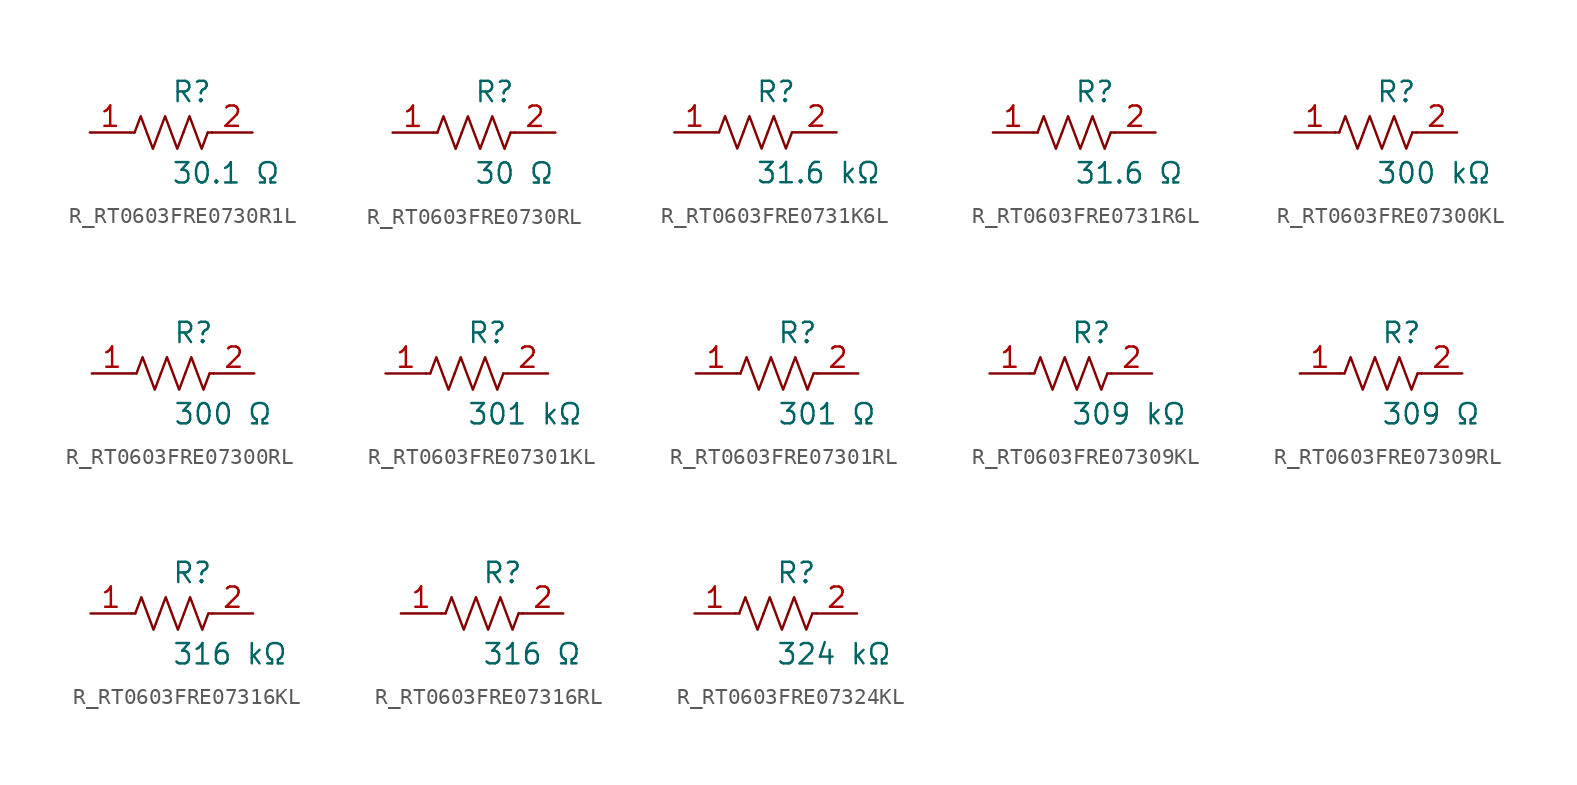
<source format=kicad_sym>
(kicad_symbol_lib
  (version 20231120)
  (generator kicad_symbol_editor)
  (generator_version 8.0)
  (symbol "R_RT0603FRE0730R1L"
    (pin_names
      (offset 0.254))
    (property "Reference" "R"
      (at 0.0 2.54 0)
      (effects (font (size 1.27 1.27)) (justify left)))
    (property "Value" "30.1 Ω"
      (at 0.0 -2.54 0)
      (effects (font (size 1.27 1.27)) (justify left)))
    (symbol "R_RT0603FRE0730R1L_0_1"
      (polyline (pts (xy 2.286 0) (xy 2.54 0)) (stroke (width 0) (type default)) (fill (type none)))
      (polyline (pts (xy -2.286 0) (xy -2.54 0)) (stroke (width 0) (type default)) (fill (type none)))
      (polyline (pts (xy 0.762 0) (xy 1.143 1.016) (xy 1.524 0) (xy 1.905 -1.016) (xy 2.286 0)) (stroke (width 0) (type default)) (fill (type none)))
      (polyline (pts (xy -0.762 0) (xy -0.381 1.016) (xy 0 0) (xy 0.381 -1.016) (xy 0.762 0)) (stroke (width 0) (type default)) (fill (type none)))
      (polyline (pts (xy -2.286 0) (xy -1.905 1.016) (xy -1.524 0) (xy -1.143 -1.016) (xy -0.762 0)) (stroke (width 0) (type default)) (fill (type none))))
    (pin unspecified line
      (at -5.08 0 0)
      (length 2.54)
      (name "" (effects (font (size 1.27 1.27))))
      (number "1" (effects (font (size 1.27 1.27)))))
    (pin unspecified line
      (at 5.08 0 180)
      (length 2.54)
      (name "" (effects (font (size 1.27 1.27))))
      (number "2" (effects (font (size 1.27 1.27))))))
  (symbol "R_RT0603FRE0730RL"
    (pin_names
      (offset 0.254))
    (property "Reference" "R"
      (at 0.0 2.54 0)
      (effects (font (size 1.27 1.27)) (justify left)))
    (property "Value" "30 Ω"
      (at 0.0 -2.54 0)
      (effects (font (size 1.27 1.27)) (justify left)))
    (symbol "R_RT0603FRE0730RL_0_1"
      (polyline (pts (xy 2.286 0) (xy 2.54 0)) (stroke (width 0) (type default)) (fill (type none)))
      (polyline (pts (xy -2.286 0) (xy -2.54 0)) (stroke (width 0) (type default)) (fill (type none)))
      (polyline (pts (xy 0.762 0) (xy 1.143 1.016) (xy 1.524 0) (xy 1.905 -1.016) (xy 2.286 0)) (stroke (width 0) (type default)) (fill (type none)))
      (polyline (pts (xy -0.762 0) (xy -0.381 1.016) (xy 0 0) (xy 0.381 -1.016) (xy 0.762 0)) (stroke (width 0) (type default)) (fill (type none)))
      (polyline (pts (xy -2.286 0) (xy -1.905 1.016) (xy -1.524 0) (xy -1.143 -1.016) (xy -0.762 0)) (stroke (width 0) (type default)) (fill (type none))))
    (pin unspecified line
      (at -5.08 0 0)
      (length 2.54)
      (name "" (effects (font (size 1.27 1.27))))
      (number "1" (effects (font (size 1.27 1.27)))))
    (pin unspecified line
      (at 5.08 0 180)
      (length 2.54)
      (name "" (effects (font (size 1.27 1.27))))
      (number "2" (effects (font (size 1.27 1.27))))))
  (symbol "R_RT0603FRE0731K6L"
    (pin_names
      (offset 0.254))
    (property "Reference" "R"
      (at 0.0 2.54 0)
      (effects (font (size 1.27 1.27)) (justify left)))
    (property "Value" "31.6 kΩ"
      (at 0.0 -2.54 0)
      (effects (font (size 1.27 1.27)) (justify left)))
    (symbol "R_RT0603FRE0731K6L_0_1"
      (polyline (pts (xy 2.286 0) (xy 2.54 0)) (stroke (width 0) (type default)) (fill (type none)))
      (polyline (pts (xy -2.286 0) (xy -2.54 0)) (stroke (width 0) (type default)) (fill (type none)))
      (polyline (pts (xy 0.762 0) (xy 1.143 1.016) (xy 1.524 0) (xy 1.905 -1.016) (xy 2.286 0)) (stroke (width 0) (type default)) (fill (type none)))
      (polyline (pts (xy -0.762 0) (xy -0.381 1.016) (xy 0 0) (xy 0.381 -1.016) (xy 0.762 0)) (stroke (width 0) (type default)) (fill (type none)))
      (polyline (pts (xy -2.286 0) (xy -1.905 1.016) (xy -1.524 0) (xy -1.143 -1.016) (xy -0.762 0)) (stroke (width 0) (type default)) (fill (type none))))
    (pin unspecified line
      (at -5.08 0 0)
      (length 2.54)
      (name "" (effects (font (size 1.27 1.27))))
      (number "1" (effects (font (size 1.27 1.27)))))
    (pin unspecified line
      (at 5.08 0 180)
      (length 2.54)
      (name "" (effects (font (size 1.27 1.27))))
      (number "2" (effects (font (size 1.27 1.27))))))
  (symbol "R_RT0603FRE0731R6L"
    (pin_names
      (offset 0.254))
    (property "Reference" "R"
      (at 0.0 2.54 0)
      (effects (font (size 1.27 1.27)) (justify left)))
    (property "Value" "31.6 Ω"
      (at 0.0 -2.54 0)
      (effects (font (size 1.27 1.27)) (justify left)))
    (symbol "R_RT0603FRE0731R6L_0_1"
      (polyline (pts (xy 2.286 0) (xy 2.54 0)) (stroke (width 0) (type default)) (fill (type none)))
      (polyline (pts (xy -2.286 0) (xy -2.54 0)) (stroke (width 0) (type default)) (fill (type none)))
      (polyline (pts (xy 0.762 0) (xy 1.143 1.016) (xy 1.524 0) (xy 1.905 -1.016) (xy 2.286 0)) (stroke (width 0) (type default)) (fill (type none)))
      (polyline (pts (xy -0.762 0) (xy -0.381 1.016) (xy 0 0) (xy 0.381 -1.016) (xy 0.762 0)) (stroke (width 0) (type default)) (fill (type none)))
      (polyline (pts (xy -2.286 0) (xy -1.905 1.016) (xy -1.524 0) (xy -1.143 -1.016) (xy -0.762 0)) (stroke (width 0) (type default)) (fill (type none))))
    (pin unspecified line
      (at -5.08 0 0)
      (length 2.54)
      (name "" (effects (font (size 1.27 1.27))))
      (number "1" (effects (font (size 1.27 1.27)))))
    (pin unspecified line
      (at 5.08 0 180)
      (length 2.54)
      (name "" (effects (font (size 1.27 1.27))))
      (number "2" (effects (font (size 1.27 1.27))))))
  (symbol "R_RT0603FRE07300KL"
    (pin_names
      (offset 0.254))
    (property "Reference" "R"
      (at 0.0 2.54 0)
      (effects (font (size 1.27 1.27)) (justify left)))
    (property "Value" "300 kΩ"
      (at 0.0 -2.54 0)
      (effects (font (size 1.27 1.27)) (justify left)))
    (symbol "R_RT0603FRE07300KL_0_1"
      (polyline (pts (xy 2.286 0) (xy 2.54 0)) (stroke (width 0) (type default)) (fill (type none)))
      (polyline (pts (xy -2.286 0) (xy -2.54 0)) (stroke (width 0) (type default)) (fill (type none)))
      (polyline (pts (xy 0.762 0) (xy 1.143 1.016) (xy 1.524 0) (xy 1.905 -1.016) (xy 2.286 0)) (stroke (width 0) (type default)) (fill (type none)))
      (polyline (pts (xy -0.762 0) (xy -0.381 1.016) (xy 0 0) (xy 0.381 -1.016) (xy 0.762 0)) (stroke (width 0) (type default)) (fill (type none)))
      (polyline (pts (xy -2.286 0) (xy -1.905 1.016) (xy -1.524 0) (xy -1.143 -1.016) (xy -0.762 0)) (stroke (width 0) (type default)) (fill (type none))))
    (pin unspecified line
      (at -5.08 0 0)
      (length 2.54)
      (name "" (effects (font (size 1.27 1.27))))
      (number "1" (effects (font (size 1.27 1.27)))))
    (pin unspecified line
      (at 5.08 0 180)
      (length 2.54)
      (name "" (effects (font (size 1.27 1.27))))
      (number "2" (effects (font (size 1.27 1.27))))))
  (symbol "R_RT0603FRE07300RL"
    (pin_names
      (offset 0.254))
    (property "Reference" "R"
      (at 0.0 2.54 0)
      (effects (font (size 1.27 1.27)) (justify left)))
    (property "Value" "300 Ω"
      (at 0.0 -2.54 0)
      (effects (font (size 1.27 1.27)) (justify left)))
    (symbol "R_RT0603FRE07300RL_0_1"
      (polyline (pts (xy 2.286 0) (xy 2.54 0)) (stroke (width 0) (type default)) (fill (type none)))
      (polyline (pts (xy -2.286 0) (xy -2.54 0)) (stroke (width 0) (type default)) (fill (type none)))
      (polyline (pts (xy 0.762 0) (xy 1.143 1.016) (xy 1.524 0) (xy 1.905 -1.016) (xy 2.286 0)) (stroke (width 0) (type default)) (fill (type none)))
      (polyline (pts (xy -0.762 0) (xy -0.381 1.016) (xy 0 0) (xy 0.381 -1.016) (xy 0.762 0)) (stroke (width 0) (type default)) (fill (type none)))
      (polyline (pts (xy -2.286 0) (xy -1.905 1.016) (xy -1.524 0) (xy -1.143 -1.016) (xy -0.762 0)) (stroke (width 0) (type default)) (fill (type none))))
    (pin unspecified line
      (at -5.08 0 0)
      (length 2.54)
      (name "" (effects (font (size 1.27 1.27))))
      (number "1" (effects (font (size 1.27 1.27)))))
    (pin unspecified line
      (at 5.08 0 180)
      (length 2.54)
      (name "" (effects (font (size 1.27 1.27))))
      (number "2" (effects (font (size 1.27 1.27))))))
  (symbol "R_RT0603FRE07301KL"
    (pin_names
      (offset 0.254))
    (property "Reference" "R"
      (at 0.0 2.54 0)
      (effects (font (size 1.27 1.27)) (justify left)))
    (property "Value" "301 kΩ"
      (at 0.0 -2.54 0)
      (effects (font (size 1.27 1.27)) (justify left)))
    (symbol "R_RT0603FRE07301KL_0_1"
      (polyline (pts (xy 2.286 0) (xy 2.54 0)) (stroke (width 0) (type default)) (fill (type none)))
      (polyline (pts (xy -2.286 0) (xy -2.54 0)) (stroke (width 0) (type default)) (fill (type none)))
      (polyline (pts (xy 0.762 0) (xy 1.143 1.016) (xy 1.524 0) (xy 1.905 -1.016) (xy 2.286 0)) (stroke (width 0) (type default)) (fill (type none)))
      (polyline (pts (xy -0.762 0) (xy -0.381 1.016) (xy 0 0) (xy 0.381 -1.016) (xy 0.762 0)) (stroke (width 0) (type default)) (fill (type none)))
      (polyline (pts (xy -2.286 0) (xy -1.905 1.016) (xy -1.524 0) (xy -1.143 -1.016) (xy -0.762 0)) (stroke (width 0) (type default)) (fill (type none))))
    (pin unspecified line
      (at -5.08 0 0)
      (length 2.54)
      (name "" (effects (font (size 1.27 1.27))))
      (number "1" (effects (font (size 1.27 1.27)))))
    (pin unspecified line
      (at 5.08 0 180)
      (length 2.54)
      (name "" (effects (font (size 1.27 1.27))))
      (number "2" (effects (font (size 1.27 1.27))))))
  (symbol "R_RT0603FRE07301RL"
    (pin_names
      (offset 0.254))
    (property "Reference" "R"
      (at 0.0 2.54 0)
      (effects (font (size 1.27 1.27)) (justify left)))
    (property "Value" "301 Ω"
      (at 0.0 -2.54 0)
      (effects (font (size 1.27 1.27)) (justify left)))
    (symbol "R_RT0603FRE07301RL_0_1"
      (polyline (pts (xy 2.286 0) (xy 2.54 0)) (stroke (width 0) (type default)) (fill (type none)))
      (polyline (pts (xy -2.286 0) (xy -2.54 0)) (stroke (width 0) (type default)) (fill (type none)))
      (polyline (pts (xy 0.762 0) (xy 1.143 1.016) (xy 1.524 0) (xy 1.905 -1.016) (xy 2.286 0)) (stroke (width 0) (type default)) (fill (type none)))
      (polyline (pts (xy -0.762 0) (xy -0.381 1.016) (xy 0 0) (xy 0.381 -1.016) (xy 0.762 0)) (stroke (width 0) (type default)) (fill (type none)))
      (polyline (pts (xy -2.286 0) (xy -1.905 1.016) (xy -1.524 0) (xy -1.143 -1.016) (xy -0.762 0)) (stroke (width 0) (type default)) (fill (type none))))
    (pin unspecified line
      (at -5.08 0 0)
      (length 2.54)
      (name "" (effects (font (size 1.27 1.27))))
      (number "1" (effects (font (size 1.27 1.27)))))
    (pin unspecified line
      (at 5.08 0 180)
      (length 2.54)
      (name "" (effects (font (size 1.27 1.27))))
      (number "2" (effects (font (size 1.27 1.27))))))
  (symbol "R_RT0603FRE07309KL"
    (pin_names
      (offset 0.254))
    (property "Reference" "R"
      (at 0.0 2.54 0)
      (effects (font (size 1.27 1.27)) (justify left)))
    (property "Value" "309 kΩ"
      (at 0.0 -2.54 0)
      (effects (font (size 1.27 1.27)) (justify left)))
    (symbol "R_RT0603FRE07309KL_0_1"
      (polyline (pts (xy 2.286 0) (xy 2.54 0)) (stroke (width 0) (type default)) (fill (type none)))
      (polyline (pts (xy -2.286 0) (xy -2.54 0)) (stroke (width 0) (type default)) (fill (type none)))
      (polyline (pts (xy 0.762 0) (xy 1.143 1.016) (xy 1.524 0) (xy 1.905 -1.016) (xy 2.286 0)) (stroke (width 0) (type default)) (fill (type none)))
      (polyline (pts (xy -0.762 0) (xy -0.381 1.016) (xy 0 0) (xy 0.381 -1.016) (xy 0.762 0)) (stroke (width 0) (type default)) (fill (type none)))
      (polyline (pts (xy -2.286 0) (xy -1.905 1.016) (xy -1.524 0) (xy -1.143 -1.016) (xy -0.762 0)) (stroke (width 0) (type default)) (fill (type none))))
    (pin unspecified line
      (at -5.08 0 0)
      (length 2.54)
      (name "" (effects (font (size 1.27 1.27))))
      (number "1" (effects (font (size 1.27 1.27)))))
    (pin unspecified line
      (at 5.08 0 180)
      (length 2.54)
      (name "" (effects (font (size 1.27 1.27))))
      (number "2" (effects (font (size 1.27 1.27))))))
  (symbol "R_RT0603FRE07309RL"
    (pin_names
      (offset 0.254))
    (property "Reference" "R"
      (at 0.0 2.54 0)
      (effects (font (size 1.27 1.27)) (justify left)))
    (property "Value" "309 Ω"
      (at 0.0 -2.54 0)
      (effects (font (size 1.27 1.27)) (justify left)))
    (symbol "R_RT0603FRE07309RL_0_1"
      (polyline (pts (xy 2.286 0) (xy 2.54 0)) (stroke (width 0) (type default)) (fill (type none)))
      (polyline (pts (xy -2.286 0) (xy -2.54 0)) (stroke (width 0) (type default)) (fill (type none)))
      (polyline (pts (xy 0.762 0) (xy 1.143 1.016) (xy 1.524 0) (xy 1.905 -1.016) (xy 2.286 0)) (stroke (width 0) (type default)) (fill (type none)))
      (polyline (pts (xy -0.762 0) (xy -0.381 1.016) (xy 0 0) (xy 0.381 -1.016) (xy 0.762 0)) (stroke (width 0) (type default)) (fill (type none)))
      (polyline (pts (xy -2.286 0) (xy -1.905 1.016) (xy -1.524 0) (xy -1.143 -1.016) (xy -0.762 0)) (stroke (width 0) (type default)) (fill (type none))))
    (pin unspecified line
      (at -5.08 0 0)
      (length 2.54)
      (name "" (effects (font (size 1.27 1.27))))
      (number "1" (effects (font (size 1.27 1.27)))))
    (pin unspecified line
      (at 5.08 0 180)
      (length 2.54)
      (name "" (effects (font (size 1.27 1.27))))
      (number "2" (effects (font (size 1.27 1.27))))))
  (symbol "R_RT0603FRE07316KL"
    (pin_names
      (offset 0.254))
    (property "Reference" "R"
      (at 0.0 2.54 0)
      (effects (font (size 1.27 1.27)) (justify left)))
    (property "Value" "316 kΩ"
      (at 0.0 -2.54 0)
      (effects (font (size 1.27 1.27)) (justify left)))
    (symbol "R_RT0603FRE07316KL_0_1"
      (polyline (pts (xy 2.286 0) (xy 2.54 0)) (stroke (width 0) (type default)) (fill (type none)))
      (polyline (pts (xy -2.286 0) (xy -2.54 0)) (stroke (width 0) (type default)) (fill (type none)))
      (polyline (pts (xy 0.762 0) (xy 1.143 1.016) (xy 1.524 0) (xy 1.905 -1.016) (xy 2.286 0)) (stroke (width 0) (type default)) (fill (type none)))
      (polyline (pts (xy -0.762 0) (xy -0.381 1.016) (xy 0 0) (xy 0.381 -1.016) (xy 0.762 0)) (stroke (width 0) (type default)) (fill (type none)))
      (polyline (pts (xy -2.286 0) (xy -1.905 1.016) (xy -1.524 0) (xy -1.143 -1.016) (xy -0.762 0)) (stroke (width 0) (type default)) (fill (type none))))
    (pin unspecified line
      (at -5.08 0 0)
      (length 2.54)
      (name "" (effects (font (size 1.27 1.27))))
      (number "1" (effects (font (size 1.27 1.27)))))
    (pin unspecified line
      (at 5.08 0 180)
      (length 2.54)
      (name "" (effects (font (size 1.27 1.27))))
      (number "2" (effects (font (size 1.27 1.27))))))
  (symbol "R_RT0603FRE07316RL"
    (pin_names
      (offset 0.254))
    (property "Reference" "R"
      (at 0.0 2.54 0)
      (effects (font (size 1.27 1.27)) (justify left)))
    (property "Value" "316 Ω"
      (at 0.0 -2.54 0)
      (effects (font (size 1.27 1.27)) (justify left)))
    (symbol "R_RT0603FRE07316RL_0_1"
      (polyline (pts (xy 2.286 0) (xy 2.54 0)) (stroke (width 0) (type default)) (fill (type none)))
      (polyline (pts (xy -2.286 0) (xy -2.54 0)) (stroke (width 0) (type default)) (fill (type none)))
      (polyline (pts (xy 0.762 0) (xy 1.143 1.016) (xy 1.524 0) (xy 1.905 -1.016) (xy 2.286 0)) (stroke (width 0) (type default)) (fill (type none)))
      (polyline (pts (xy -0.762 0) (xy -0.381 1.016) (xy 0 0) (xy 0.381 -1.016) (xy 0.762 0)) (stroke (width 0) (type default)) (fill (type none)))
      (polyline (pts (xy -2.286 0) (xy -1.905 1.016) (xy -1.524 0) (xy -1.143 -1.016) (xy -0.762 0)) (stroke (width 0) (type default)) (fill (type none))))
    (pin unspecified line
      (at -5.08 0 0)
      (length 2.54)
      (name "" (effects (font (size 1.27 1.27))))
      (number "1" (effects (font (size 1.27 1.27)))))
    (pin unspecified line
      (at 5.08 0 180)
      (length 2.54)
      (name "" (effects (font (size 1.27 1.27))))
      (number "2" (effects (font (size 1.27 1.27))))))
  (symbol "R_RT0603FRE07324KL"
    (pin_names
      (offset 0.254))
    (property "Reference" "R"
      (at 0.0 2.54 0)
      (effects (font (size 1.27 1.27)) (justify left)))
    (property "Value" "324 kΩ"
      (at 0.0 -2.54 0)
      (effects (font (size 1.27 1.27)) (justify left)))
    (symbol "R_RT0603FRE07324KL_0_1"
      (polyline (pts (xy 2.286 0) (xy 2.54 0)) (stroke (width 0) (type default)) (fill (type none)))
      (polyline (pts (xy -2.286 0) (xy -2.54 0)) (stroke (width 0) (type default)) (fill (type none)))
      (polyline (pts (xy 0.762 0) (xy 1.143 1.016) (xy 1.524 0) (xy 1.905 -1.016) (xy 2.286 0)) (stroke (width 0) (type default)) (fill (type none)))
      (polyline (pts (xy -0.762 0) (xy -0.381 1.016) (xy 0 0) (xy 0.381 -1.016) (xy 0.762 0)) (stroke (width 0) (type default)) (fill (type none)))
      (polyline (pts (xy -2.286 0) (xy -1.905 1.016) (xy -1.524 0) (xy -1.143 -1.016) (xy -0.762 0)) (stroke (width 0) (type default)) (fill (type none))))
    (pin unspecified line
      (at -5.08 0 0)
      (length 2.54)
      (name "" (effects (font (size 1.27 1.27))))
      (number "1" (effects (font (size 1.27 1.27)))))
    (pin unspecified line
      (at 5.08 0 180)
      (length 2.54)
      (name "" (effects (font (size 1.27 1.27))))
      (number "2" (effects (font (size 1.27 1.27)))))))
</source>
